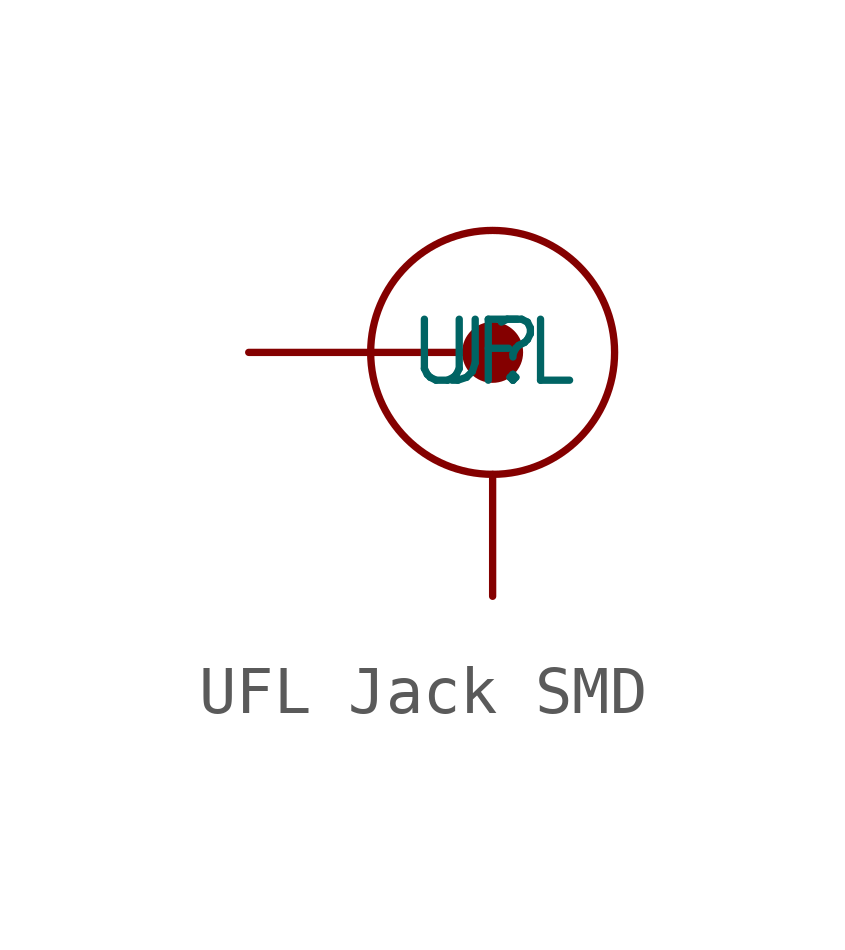
<source format=kicad_sym>
(kicad_symbol_lib
  (version 20241209)
  (generator "kicad_symbol_editor")
  (generator_version "9.0")
  (symbol "UFL Jack SMD"
    (pin_numbers
      (hide yes))
    (pin_names
      (hide yes))
    (property "Reference" "J"
      (at 0 0 0)
      (effects (font (size 1.27 1.27))))
    (property "Value" "UFL"
      (at 0 0 0)
      (effects (font (size 1.27 1.27))))
    (symbol "UFL Jack SMD_1_0"
      (circle (center 0 0) (radius 0.635) (stroke (width -0.0001) (type solid)) (fill (type outline)))
      (circle (center 0 0) (radius 2.54) (stroke (width 0) (type solid)) (fill (type none)))
      (pin passive line (at -5.08 0 0) (length 5.08) (name "Signal" (effects (font (size 1.27 1.27)))) (number "1" (effects (font (size 1.27 1.27)))))
      (pin passive line (at 0 -5.08 90) (length 2.54) (name "SHIELD" (effects (font (size 1.27 1.27)))) (number "2" (effects (font (size 1.27 1.27))))))))
</source>
